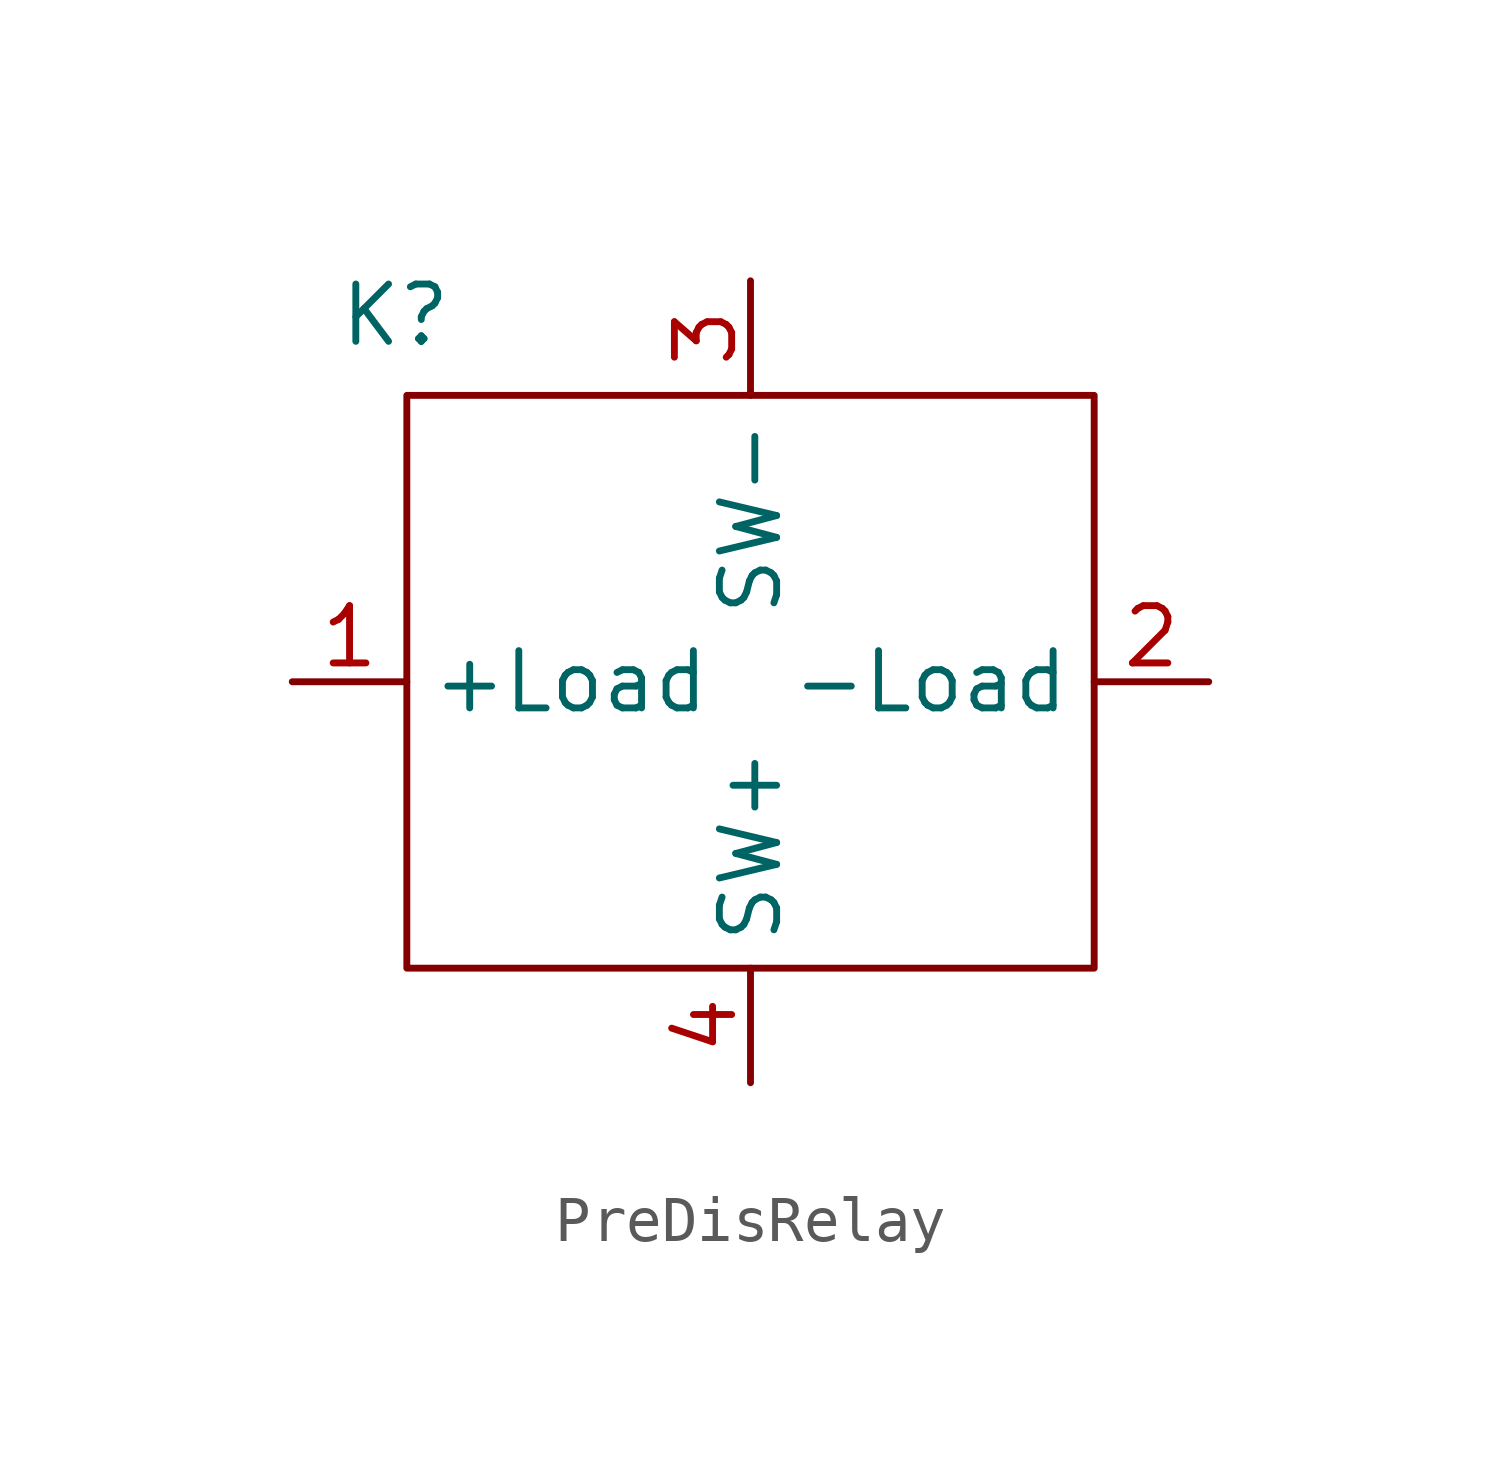
<source format=kicad_sym>
(kicad_symbol_lib
  (version 20231120)
  (generator "kicad_symbol_editor")
  (generator_version "8.0")
  (symbol "PreDisRelay"
    (property "Reference" "K"
      (at -7.874 8.128 0)
      (effects (font (size 1.27 1.27))))
    (property "Value" ""
      (at 0 0 0)
      (effects (font (size 1.27 1.27))))
    (symbol "PreDisRelay_0_1"
      (rectangle (start -7.62 6.35) (end 7.62 -6.35) (stroke (width 0) (type default)) (fill (type none))))
    (symbol "PreDisRelay_1_1"
      (pin input line (at -10.16 0 0) (length 2.54) (name "+Load" (effects (font (size 1.27 1.27)))) (number "1" (effects (font (size 1.27 1.27)))))
      (pin output line (at 10.16 0 180) (length 2.54) (name "-Load" (effects (font (size 1.27 1.27)))) (number "2" (effects (font (size 1.27 1.27)))))
      (pin output line (at 0 8.89 270) (length 2.54) (name "SW-" (effects (font (size 1.27 1.27)))) (number "3" (effects (font (size 1.27 1.27)))))
      (pin input line (at 0 -8.89 90) (length 2.54) (name "SW+" (effects (font (size 1.27 1.27)))) (number "4" (effects (font (size 1.27 1.27))))))))
</source>
